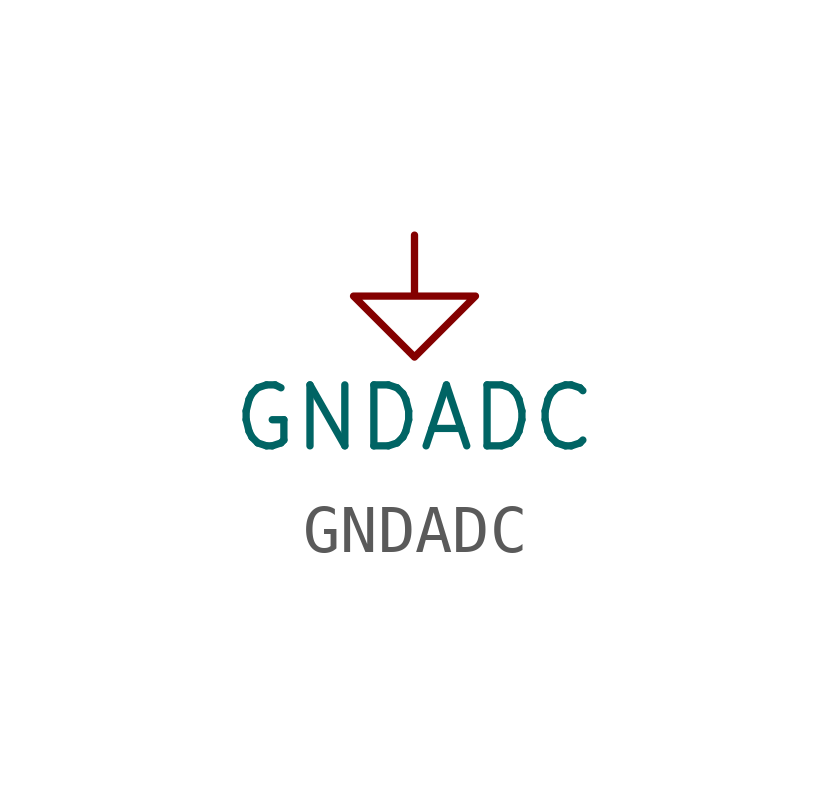
<source format=kicad_sym>
(kicad_symbol_lib
  (version 20211014)
  (generator kicad_symbol_editor)
  (symbol "GNDADC"
    (power)
    (pin_numbers hide)
    (pin_names
      (offset 0) hide)
    (property "Reference" "#PWR"
      (at 0 -6.35 0)
      (effects (font (size 1.27 1.27)) hide))
    (property "Value" "GNDADC"
      (at 0 -3.81 0)
      (effects (font (size 1.27 1.27))))
    (property "Footprint" ""
      (at 0 0 0)
      (effects (font (size 1.27 1.27))))
    (property "Datasheet" ""
      (at 0 0 0)
      (effects (font (size 1.27 1.27))))
    (symbol "GNDADC_0_1"
      (polyline (pts (xy 0 0) (xy 0 -1.27) (xy 1.27 -1.27) (xy 0 -2.54) (xy -1.27 -1.27) (xy 0 -1.27)) (stroke (width 0) (type default) (color 0 0 0 0)) (fill (type none))))
    (symbol "GNDADC_1_1"
      (pin power_in line (at 0 0 270) (length 0) hide (name "GNDADC" (effects (font (size 1.27 1.27)))) (number "1" (effects (font (size 1.27 1.27))))))))
</source>
